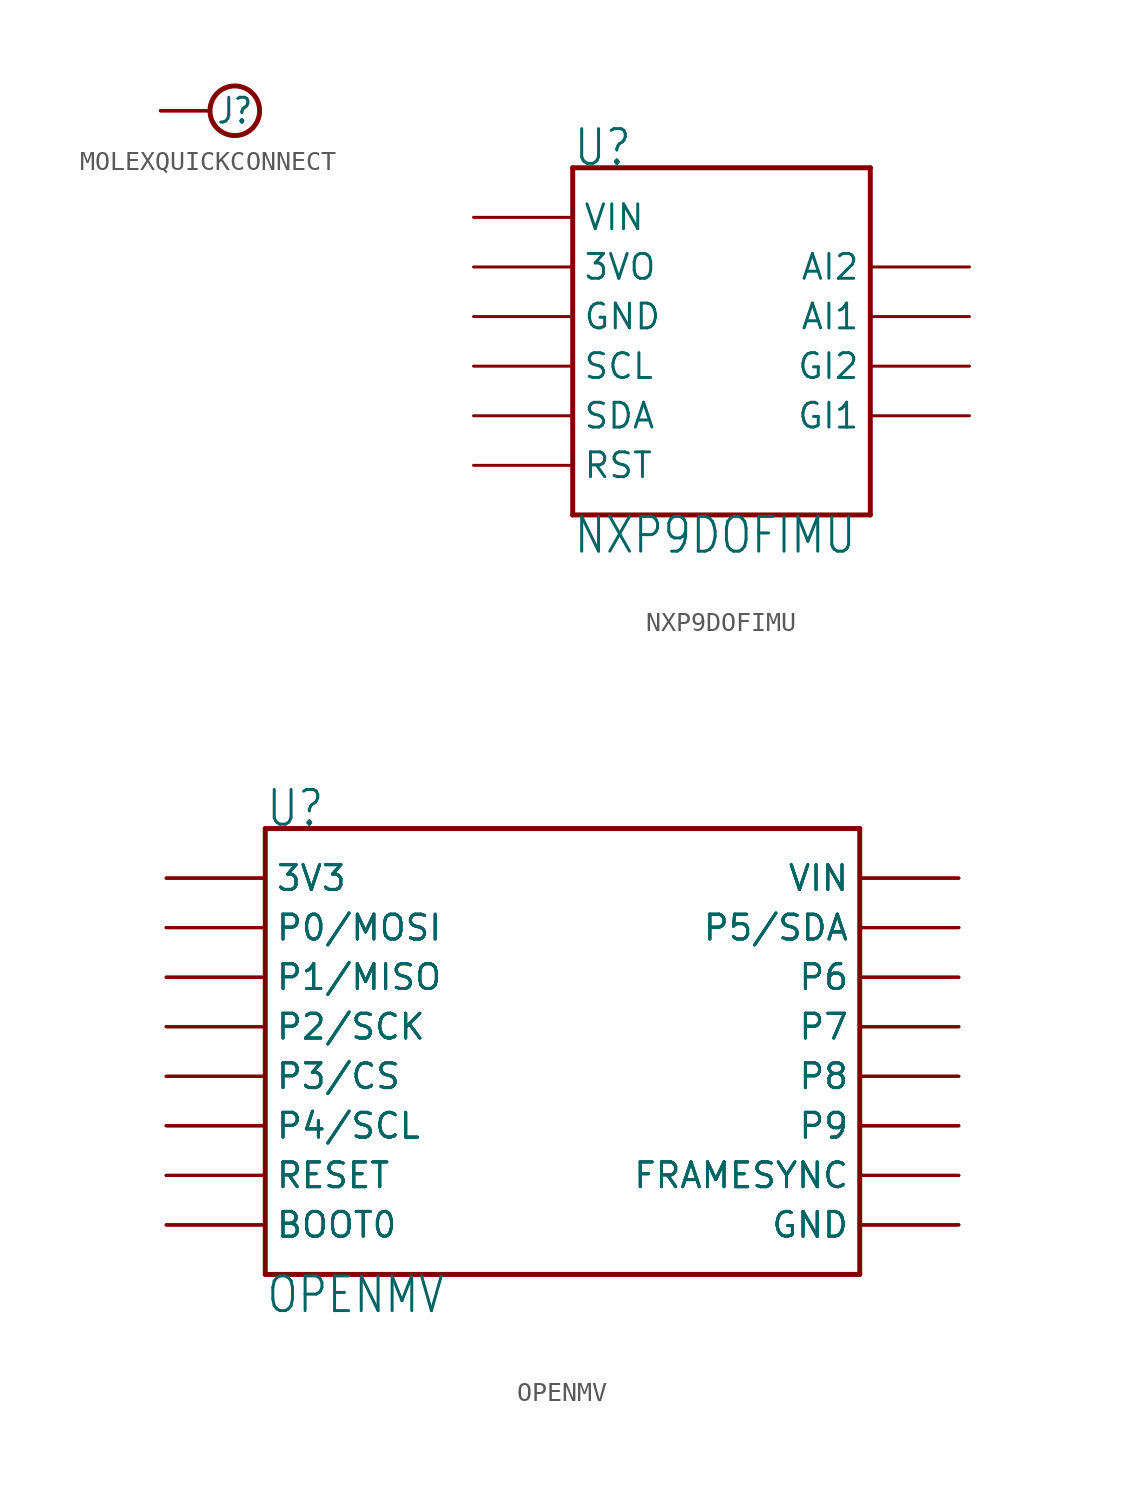
<source format=kicad_sym>
(kicad_symbol_lib
  (version 20211014)
  (generator kicad_symbol_editor)
  (symbol "MOLEXQUICKCONNECT"
    (property "Reference" "J"
      (at 1.27 0 0)
      (effects (font (size 1.27 1.079))))
    (property "ki_locked" ""
      (at 0 0 0)
      (effects (font (size 1.27 1.27))))
    (symbol "MOLEXQUICKCONNECT_1_0"
      (circle (center 1.27 0) (radius 1.27) (stroke (width 0.254) (type default) (color 0 0 0 0)) (fill (type none)))
      (pin passive line (at -2.54 0 0) (length 2.54) (name "1" (effects (font (size 0 0)))) (number "P$1" (effects (font (size 0 0)))))
      (pin passive line (at -2.54 0 0) (length 2.54) (name "1" (effects (font (size 0 0)))) (number "P$3" (effects (font (size 0 0)))))
      (pin passive line (at -2.54 0 0) (length 2.54) (name "1" (effects (font (size 0 0)))) (number "P$4" (effects (font (size 0 0)))))))
  (symbol "NXP9DOFIMU"
    (property "Reference" "U"
      (at -7.62 7.62 0)
      (effects (font (size 1.778 1.511)) (justify left bottom)))
    (property "Value" "NXP9DOFIMU"
      (at -7.62 -10.16 0)
      (effects (font (size 1.778 1.511)) (justify left top)))
    (property "ki_locked" ""
      (at 0 0 0)
      (effects (font (size 1.27 1.27))))
    (symbol "NXP9DOFIMU_1_0"
      (polyline (pts (xy -7.62 -10.16) (xy -7.62 7.62)) (stroke (width 0.254) (type default) (color 0 0 0 0)) (fill (type none)))
      (polyline (pts (xy -7.62 7.62) (xy 7.62 7.62)) (stroke (width 0.254) (type default) (color 0 0 0 0)) (fill (type none)))
      (polyline (pts (xy 7.62 -10.16) (xy -7.62 -10.16)) (stroke (width 0.254) (type default) (color 0 0 0 0)) (fill (type none)))
      (polyline (pts (xy 7.62 7.62) (xy 7.62 -10.16)) (stroke (width 0.254) (type default) (color 0 0 0 0)) (fill (type none)))
      (pin power_in line (at -12.7 2.54 0) (length 5.08) (name "3VO" (effects (font (size 1.27 1.27)))) (number "3VO" (effects (font (size 0 0)))))
      (pin bidirectional line (at 12.7 0 180) (length 5.08) (name "AI1" (effects (font (size 1.27 1.27)))) (number "AI1" (effects (font (size 0 0)))))
      (pin bidirectional line (at 12.7 2.54 180) (length 5.08) (name "AI2" (effects (font (size 1.27 1.27)))) (number "AI2" (effects (font (size 0 0)))))
      (pin bidirectional line (at 12.7 -5.08 180) (length 5.08) (name "GI1" (effects (font (size 1.27 1.27)))) (number "GI1" (effects (font (size 0 0)))))
      (pin bidirectional line (at 12.7 -2.54 180) (length 5.08) (name "GI2" (effects (font (size 1.27 1.27)))) (number "GI2" (effects (font (size 0 0)))))
      (pin power_in line (at -12.7 0 0) (length 5.08) (name "GND" (effects (font (size 1.27 1.27)))) (number "GND" (effects (font (size 0 0)))))
      (pin bidirectional line (at -12.7 -7.62 0) (length 5.08) (name "RST" (effects (font (size 1.27 1.27)))) (number "RST" (effects (font (size 0 0)))))
      (pin bidirectional line (at -12.7 -2.54 0) (length 5.08) (name "SCL" (effects (font (size 1.27 1.27)))) (number "SCL" (effects (font (size 0 0)))))
      (pin bidirectional line (at -12.7 -5.08 0) (length 5.08) (name "SDA" (effects (font (size 1.27 1.27)))) (number "SDA" (effects (font (size 0 0)))))
      (pin power_in line (at -12.7 5.08 0) (length 5.08) (name "VIN" (effects (font (size 1.27 1.27)))) (number "VIN" (effects (font (size 0 0)))))))
  (symbol "OPENMV"
    (property "Reference" "U"
      (at -15.24 10.16 0)
      (effects (font (size 1.778 1.511)) (justify left bottom)))
    (property "Value" "OPENMV"
      (at -15.24 -12.7 0)
      (effects (font (size 1.778 1.511)) (justify left top)))
    (property "ki_locked" ""
      (at 0 0 0)
      (effects (font (size 1.27 1.27))))
    (symbol "OPENMV_1_0"
      (polyline (pts (xy -15.24 -12.7) (xy 15.24 -12.7)) (stroke (width 0.254) (type default) (color 0 0 0 0)) (fill (type none)))
      (polyline (pts (xy -15.24 10.16) (xy -15.24 -12.7)) (stroke (width 0.254) (type default) (color 0 0 0 0)) (fill (type none)))
      (polyline (pts (xy 15.24 -12.7) (xy 15.24 10.16)) (stroke (width 0.254) (type default) (color 0 0 0 0)) (fill (type none)))
      (polyline (pts (xy 15.24 10.16) (xy -15.24 10.16)) (stroke (width 0.254) (type default) (color 0 0 0 0)) (fill (type none)))
      (pin bidirectional line (at -20.32 5.08 0) (length 5.08) (name "P0/MOSI" (effects (font (size 1.27 1.27)))) (number "1" (effects (font (size 0 0)))))
      (pin bidirectional line (at -20.32 -10.16 0) (length 5.08) (name "BOOT0" (effects (font (size 1.27 1.27)))) (number "10" (effects (font (size 0 0)))))
      (pin bidirectional line (at -20.32 -10.16 0) (length 5.08) (name "BOOT0" (effects (font (size 1.27 1.27)))) (number "10ALT" (effects (font (size 0 0)))))
      (pin bidirectional line (at 20.32 -7.62 180) (length 5.08) (name "FRAMESYNC" (effects (font (size 1.27 1.27)))) (number "11" (effects (font (size 0 0)))))
      (pin bidirectional line (at 20.32 -7.62 180) (length 5.08) (name "FRAMESYNC" (effects (font (size 1.27 1.27)))) (number "11ALT" (effects (font (size 0 0)))))
      (pin bidirectional line (at 20.32 -5.08 180) (length 5.08) (name "P9" (effects (font (size 1.27 1.27)))) (number "12" (effects (font (size 0 0)))))
      (pin bidirectional line (at 20.32 -5.08 180) (length 5.08) (name "P9" (effects (font (size 1.27 1.27)))) (number "12ALT" (effects (font (size 0 0)))))
      (pin bidirectional line (at 20.32 -2.54 180) (length 5.08) (name "P8" (effects (font (size 1.27 1.27)))) (number "13" (effects (font (size 0 0)))))
      (pin bidirectional line (at 20.32 -2.54 180) (length 5.08) (name "P8" (effects (font (size 1.27 1.27)))) (number "13ALT" (effects (font (size 0 0)))))
      (pin bidirectional line (at 20.32 0 180) (length 5.08) (name "P7" (effects (font (size 1.27 1.27)))) (number "14" (effects (font (size 0 0)))))
      (pin bidirectional line (at 20.32 0 180) (length 5.08) (name "P7" (effects (font (size 1.27 1.27)))) (number "14ALT" (effects (font (size 0 0)))))
      (pin power_in line (at 20.32 7.62 180) (length 5.08) (name "VIN" (effects (font (size 1.27 1.27)))) (number "15" (effects (font (size 0 0)))))
      (pin power_in line (at 20.32 7.62 180) (length 5.08) (name "VIN" (effects (font (size 1.27 1.27)))) (number "15ALT" (effects (font (size 0 0)))))
      (pin power_in line (at 20.32 -10.16 180) (length 5.08) (name "GND" (effects (font (size 1.27 1.27)))) (number "16" (effects (font (size 0 0)))))
      (pin power_in line (at 20.32 -10.16 180) (length 5.08) (name "GND" (effects (font (size 1.27 1.27)))) (number "16ALT" (effects (font (size 0 0)))))
      (pin bidirectional line (at -20.32 5.08 0) (length 5.08) (name "P0/MOSI" (effects (font (size 1.27 1.27)))) (number "1ALT" (effects (font (size 0 0)))))
      (pin bidirectional line (at -20.32 2.54 0) (length 5.08) (name "P1/MISO" (effects (font (size 1.27 1.27)))) (number "2" (effects (font (size 0 0)))))
      (pin bidirectional line (at -20.32 2.54 0) (length 5.08) (name "P1/MISO" (effects (font (size 1.27 1.27)))) (number "2ALT" (effects (font (size 0 0)))))
      (pin bidirectional line (at -20.32 0 0) (length 5.08) (name "P2/SCK" (effects (font (size 1.27 1.27)))) (number "3" (effects (font (size 0 0)))))
      (pin bidirectional line (at -20.32 0 0) (length 5.08) (name "P2/SCK" (effects (font (size 1.27 1.27)))) (number "3ALT" (effects (font (size 0 0)))))
      (pin bidirectional line (at -20.32 -2.54 0) (length 5.08) (name "P3/CS" (effects (font (size 1.27 1.27)))) (number "4" (effects (font (size 0 0)))))
      (pin bidirectional line (at -20.32 -2.54 0) (length 5.08) (name "P3/CS" (effects (font (size 1.27 1.27)))) (number "4ALT" (effects (font (size 0 0)))))
      (pin bidirectional line (at -20.32 -5.08 0) (length 5.08) (name "P4/SCL" (effects (font (size 1.27 1.27)))) (number "5" (effects (font (size 0 0)))))
      (pin bidirectional line (at -20.32 -5.08 0) (length 5.08) (name "P4/SCL" (effects (font (size 1.27 1.27)))) (number "5ALT" (effects (font (size 0 0)))))
      (pin bidirectional line (at 20.32 5.08 180) (length 5.08) (name "P5/SDA" (effects (font (size 1.27 1.27)))) (number "6" (effects (font (size 0 0)))))
      (pin bidirectional line (at 20.32 5.08 180) (length 5.08) (name "P5/SDA" (effects (font (size 1.27 1.27)))) (number "6ALT" (effects (font (size 0 0)))))
      (pin bidirectional line (at 20.32 2.54 180) (length 5.08) (name "P6" (effects (font (size 1.27 1.27)))) (number "7" (effects (font (size 0 0)))))
      (pin bidirectional line (at 20.32 2.54 180) (length 5.08) (name "P6" (effects (font (size 1.27 1.27)))) (number "7ALT" (effects (font (size 0 0)))))
      (pin power_in line (at -20.32 7.62 0) (length 5.08) (name "3V3" (effects (font (size 1.27 1.27)))) (number "8" (effects (font (size 0 0)))))
      (pin power_in line (at -20.32 7.62 0) (length 5.08) (name "3V3" (effects (font (size 1.27 1.27)))) (number "8ALT" (effects (font (size 0 0)))))
      (pin bidirectional line (at -20.32 -7.62 0) (length 5.08) (name "RESET" (effects (font (size 1.27 1.27)))) (number "9" (effects (font (size 0 0)))))
      (pin bidirectional line (at -20.32 -7.62 0) (length 5.08) (name "RESET" (effects (font (size 1.27 1.27)))) (number "9ALT" (effects (font (size 0 0)))))
      (pin bidirectional line (at -20.32 5.08 0) (length 5.08) (name "P0/MOSI" (effects (font (size 1.27 1.27)))) (number "P$1" (effects (font (size 0 0)))))
      (pin bidirectional line (at -20.32 -10.16 0) (length 5.08) (name "BOOT0" (effects (font (size 1.27 1.27)))) (number "P$10" (effects (font (size 0 0)))))
      (pin bidirectional line (at 20.32 -7.62 180) (length 5.08) (name "FRAMESYNC" (effects (font (size 1.27 1.27)))) (number "P$11" (effects (font (size 0 0)))))
      (pin bidirectional line (at 20.32 -5.08 180) (length 5.08) (name "P9" (effects (font (size 1.27 1.27)))) (number "P$12" (effects (font (size 0 0)))))
      (pin bidirectional line (at 20.32 -2.54 180) (length 5.08) (name "P8" (effects (font (size 1.27 1.27)))) (number "P$13" (effects (font (size 0 0)))))
      (pin bidirectional line (at 20.32 0 180) (length 5.08) (name "P7" (effects (font (size 1.27 1.27)))) (number "P$14" (effects (font (size 0 0)))))
      (pin power_in line (at 20.32 7.62 180) (length 5.08) (name "VIN" (effects (font (size 1.27 1.27)))) (number "P$15" (effects (font (size 0 0)))))
      (pin power_in line (at 20.32 -10.16 180) (length 5.08) (name "GND" (effects (font (size 1.27 1.27)))) (number "P$16" (effects (font (size 0 0)))))
      (pin bidirectional line (at -20.32 2.54 0) (length 5.08) (name "P1/MISO" (effects (font (size 1.27 1.27)))) (number "P$2" (effects (font (size 0 0)))))
      (pin bidirectional line (at -20.32 0 0) (length 5.08) (name "P2/SCK" (effects (font (size 1.27 1.27)))) (number "P$3" (effects (font (size 0 0)))))
      (pin bidirectional line (at -20.32 -2.54 0) (length 5.08) (name "P3/CS" (effects (font (size 1.27 1.27)))) (number "P$4" (effects (font (size 0 0)))))
      (pin bidirectional line (at -20.32 -5.08 0) (length 5.08) (name "P4/SCL" (effects (font (size 1.27 1.27)))) (number "P$5" (effects (font (size 0 0)))))
      (pin bidirectional line (at 20.32 5.08 180) (length 5.08) (name "P5/SDA" (effects (font (size 1.27 1.27)))) (number "P$6" (effects (font (size 0 0)))))
      (pin bidirectional line (at 20.32 2.54 180) (length 5.08) (name "P6" (effects (font (size 1.27 1.27)))) (number "P$7" (effects (font (size 0 0)))))
      (pin power_in line (at -20.32 7.62 0) (length 5.08) (name "3V3" (effects (font (size 1.27 1.27)))) (number "P$8" (effects (font (size 0 0)))))
      (pin bidirectional line (at -20.32 -7.62 0) (length 5.08) (name "RESET" (effects (font (size 1.27 1.27)))) (number "P$9" (effects (font (size 0 0))))))))
</source>
